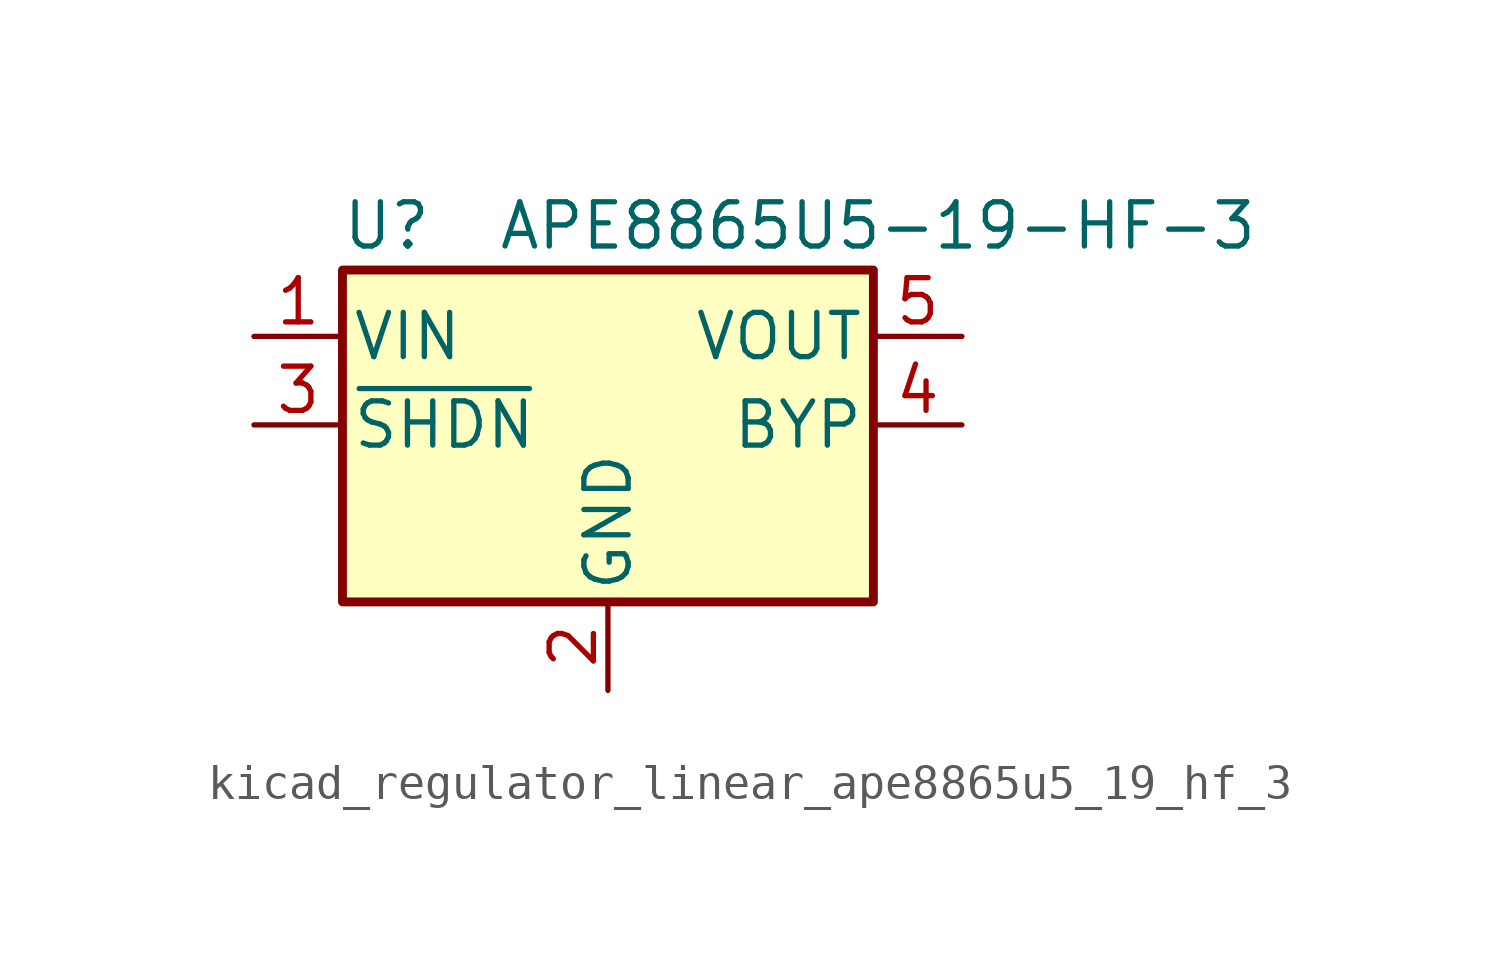
<source format=kicad_sym>
(kicad_symbol_lib
  (version 20220914)
  (generator kicad_symbol_editor)
  (symbol "kicad_regulator_linear_ape8865u5_19_hf_3"
    (pin_names
      (offset 0.254))
    (property "Reference" "U"
      (at -6.35 5.715 0)
      (effects (font (size 1.27 1.27))))
    (property "Value" "APE8865U5-19-HF-3"
      (at -3.175 5.715 0)
      (effects (font (size 1.27 1.27)) (justify left)))
    (symbol "kicad_regulator_linear_ape8865u5_19_hf_3_0_1"
      (rectangle (start -7.62 4.445) (end 7.62 -5.08) (stroke (width 0.254) (type default)) (fill (type background))))
    (symbol "kicad_regulator_linear_ape8865u5_19_hf_3_1_1"
      (pin power_in line (at -10.16 2.54 0) (length 2.54) (name "VIN" (effects (font (size 1.27 1.27)))) (number "1" (effects (font (size 1.27 1.27)))))
      (pin power_in line (at 0 -7.62 90) (length 2.54) (name "GND" (effects (font (size 1.27 1.27)))) (number "2" (effects (font (size 1.27 1.27)))))
      (pin input line (at -10.16 0 0) (length 2.54) (name "~{SHDN}" (effects (font (size 1.27 1.27)))) (number "3" (effects (font (size 1.27 1.27)))))
      (pin input line (at 10.16 0 180) (length 2.54) (name "BYP" (effects (font (size 1.27 1.27)))) (number "4" (effects (font (size 1.27 1.27)))))
      (pin power_out line (at 10.16 2.54 180) (length 2.54) (name "VOUT" (effects (font (size 1.27 1.27)))) (number "5" (effects (font (size 1.27 1.27))))))))
</source>
